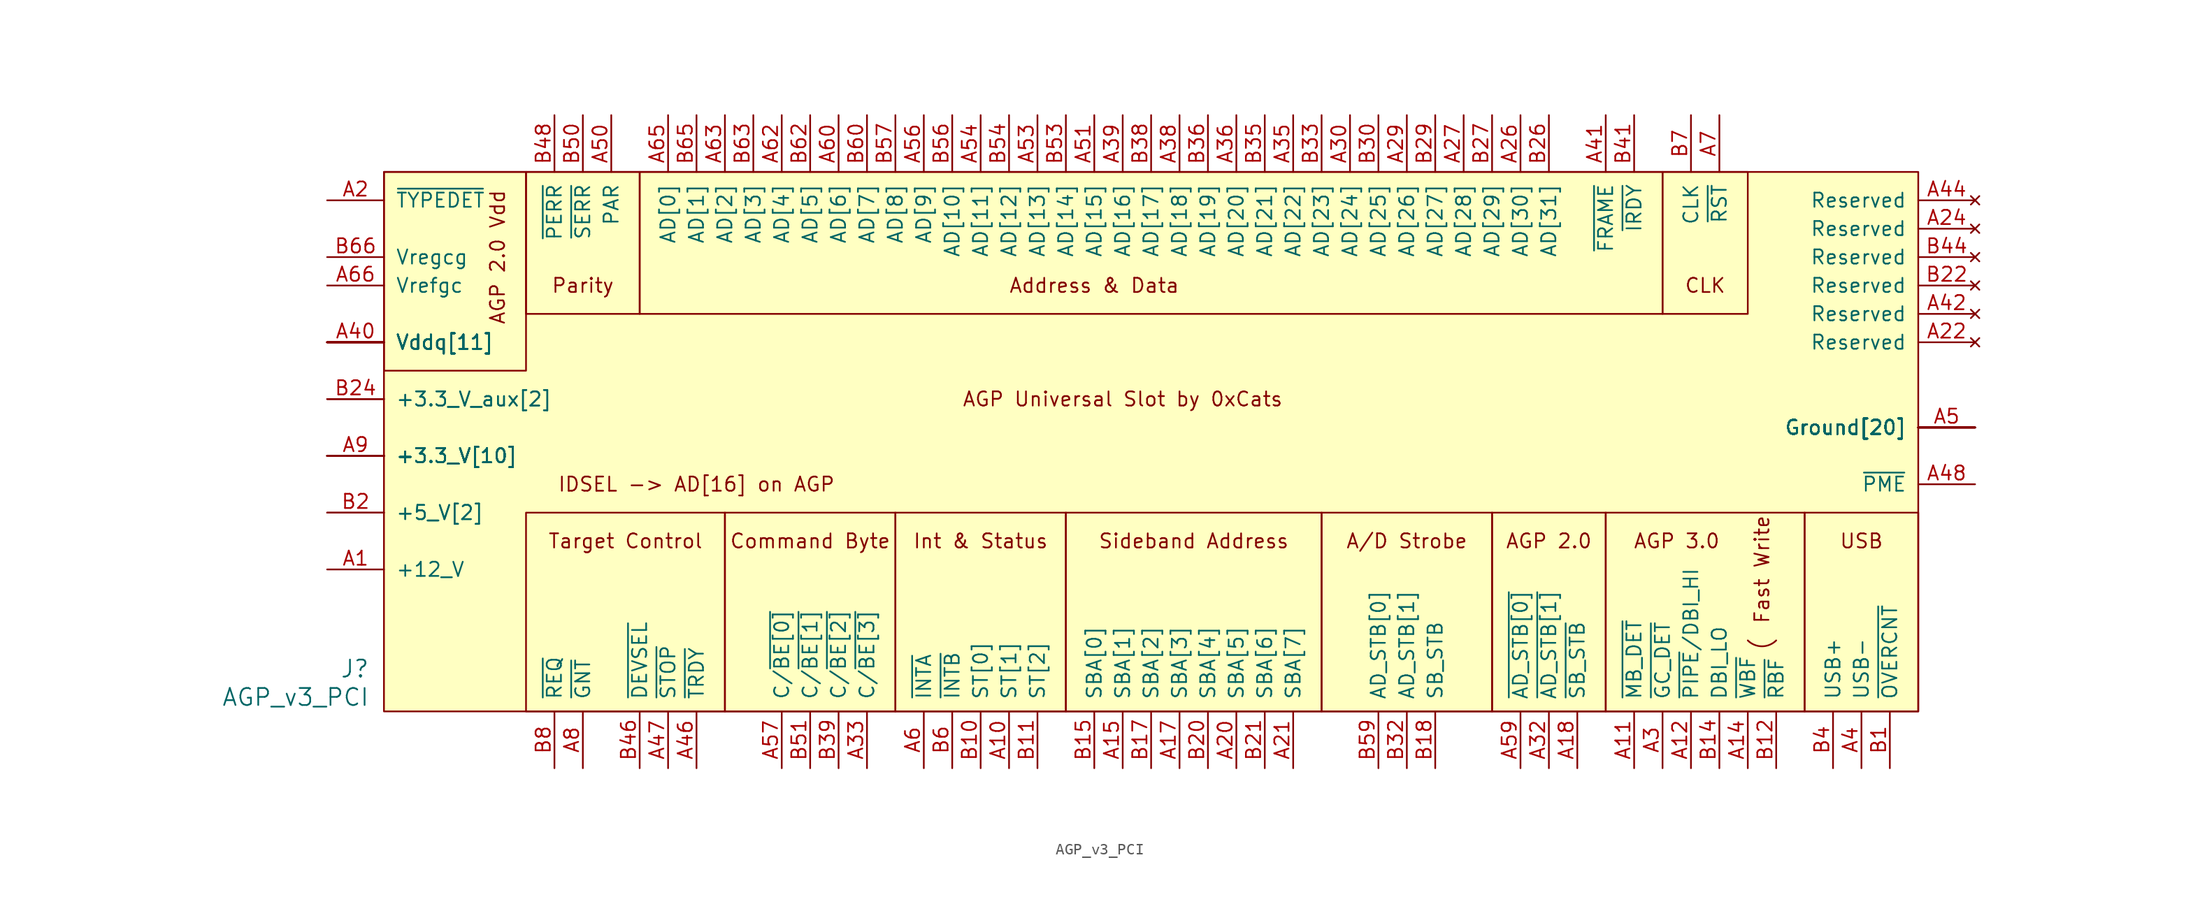
<source format=kicad_sym>
(kicad_symbol_lib
  (version 20211014)
  (generator kicad_symbol_editor)
  (symbol "AGP_v3_PCI"
    (pin_names
      (offset 1.016))
    (property "Reference" "J"
      (at -69.85 -26.67 0)
      (effects (font (size 1.524 1.524)) (justify right)))
    (property "Value" "AGP_v3_PCI"
      (at -69.85 -29.21 0)
      (effects (font (size 1.524 1.524)) (justify right)))
    (property "ki_locked" ""
      (at 0 0 0)
      (effects (font (size 1.27 1.27))))
    (symbol "AGP_v3_PCI_0_0"
      (rectangle (start -68.58 0) (end -55.88 17.78) (stroke (width 0.152) (type default) (color 0 0 0 0)) (fill (type none)))
      (rectangle (start -55.88 -30.48) (end -38.1 -12.7) (stroke (width 0.152) (type default) (color 0 0 0 0)) (fill (type none)))
      (rectangle (start -45.72 5.08) (end 45.72 17.78) (stroke (width 0.152) (type default) (color 0 0 0 0)) (fill (type none)))
      (rectangle (start -45.72 17.78) (end -55.88 5.08) (stroke (width 0.152) (type default) (color 0 0 0 0)) (fill (type none)))
      (rectangle (start -38.1 -30.48) (end -22.86 -12.7) (stroke (width 0.152) (type default) (color 0 0 0 0)) (fill (type none)))
      (rectangle (start -22.86 -12.7) (end -7.62 -30.48) (stroke (width 0.152) (type default) (color 0 0 0 0)) (fill (type none)))
      (rectangle (start -7.62 -12.7) (end 15.24 -30.48) (stroke (width 0.152) (type default) (color 0 0 0 0)) (fill (type none)))
      (rectangle (start 15.24 -12.7) (end 30.48 -30.48) (stroke (width 0.152) (type default) (color 0 0 0 0)) (fill (type none)))
      (rectangle (start 30.48 -30.48) (end 40.64 -12.7) (stroke (width 0.152) (type default) (color 0 0 0 0)) (fill (type none)))
      (rectangle (start 40.64 -30.48) (end 58.42 -12.7) (stroke (width 0.152) (type default) (color 0 0 0 0)) (fill (type none)))
      (rectangle (start 45.72 5.08) (end 53.34 17.78) (stroke (width 0.152) (type default) (color 0 0 0 0)) (fill (type none)))
      (arc (start 53.34 -24.1299) (mid 54.61 -27.1961) (end 55.88 -24.1299) (stroke (width 0.1524) (type default) (color 0 0 0 0)) (fill (type none)))
      (rectangle (start 58.42 -30.48) (end 68.58 -12.7) (stroke (width 0.152) (type default) (color 0 0 0 0)) (fill (type none)))
      (text "A/D Strobe" (at 22.86 -15.24 0) (effects (font (size 1.27 1.27))))
      (text "Address & Data" (at -5.08 7.62 0) (effects (font (size 1.27 1.27))))
      (text "AGP 2.0" (at 35.56 -15.24 0) (effects (font (size 1.27 1.27))))
      (text "AGP 2.0 Vdd" (at -58.42 10.16 900) (effects (font (size 1.27 1.27))))
      (text "AGP 3.0" (at 46.99 -15.24 0) (effects (font (size 1.27 1.27))))
      (text "AGP Universal Slot by 0xCats" (at -2.54 -2.54 0) (effects (font (size 1.27 1.27))))
      (text "CLK" (at 49.53 7.62 0) (effects (font (size 1.27 1.27))))
      (text "Command Byte" (at -30.48 -15.24 0) (effects (font (size 1.27 1.27))))
      (text "Fast Write" (at 54.61 -17.78 900) (effects (font (size 1.27 1.27))))
      (text "IDSEL -> AD[16] on AGP" (at -40.64 -10.16 0) (effects (font (size 1.27 1.27))))
      (text "Int & Status" (at -15.24 -15.24 0) (effects (font (size 1.27 1.27))))
      (text "Parity" (at -50.8 7.62 0) (effects (font (size 1.27 1.27))))
      (text "Sideband Address" (at 3.81 -15.24 0) (effects (font (size 1.27 1.27))))
      (text "Target Control" (at -46.99 -15.24 0) (effects (font (size 1.27 1.27))))
      (text "USB" (at 63.5 -15.24 0) (effects (font (size 1.27 1.27)))))
    (symbol "AGP_v3_PCI_1_1"
      (rectangle (start -68.58 17.78) (end 68.58 -30.48) (stroke (width 0) (type default) (color 0 0 0 0)) (fill (type background)))
      (pin power_in line (at -73.66 -17.78 0) (length 5.08) (name "+12_V" (effects (font (size 1.27 1.27)))) (number "A1" (effects (font (size 1.27 1.27)))))
      (pin input line (at -12.7 -35.56 90) (length 5.08) (name "ST[1]" (effects (font (size 1.27 1.27)))) (number "A10" (effects (font (size 1.27 1.27)))))
      (pin input line (at 43.18 -35.56 90) (length 5.08) (name "~{MB_DET}" (effects (font (size 1.27 1.27)))) (number "A11" (effects (font (size 1.27 1.27)))))
      (pin bidirectional line (at 48.26 -35.56 90) (length 5.08) (name "~{PIPE}/DBI_HI" (effects (font (size 1.27 1.27)))) (number "A12" (effects (font (size 1.27 1.27)))))
      (pin power_in line (at 73.66 -5.08 180) (length 5.08) (name "Ground[20]" (effects (font (size 1.27 1.27)))) (number "A13" (effects (font (size 0 0)))))
      (pin output line (at 53.34 -35.56 90) (length 5.08) (name "~{WBF}" (effects (font (size 1.27 1.27)))) (number "A14" (effects (font (size 1.27 1.27)))))
      (pin output line (at -2.54 -35.56 90) (length 5.08) (name "SBA[1]" (effects (font (size 1.27 1.27)))) (number "A15" (effects (font (size 1.27 1.27)))))
      (pin power_in line (at -73.66 -7.62 0) (length 5.08) (name "+3.3_V[10]" (effects (font (size 1.27 1.27)))) (number "A16" (effects (font (size 0 0)))))
      (pin output line (at 2.54 -35.56 90) (length 5.08) (name "SBA[3]" (effects (font (size 1.27 1.27)))) (number "A17" (effects (font (size 1.27 1.27)))))
      (pin output line (at 38.1 -35.56 90) (length 5.08) (name "~{SB_STB}" (effects (font (size 1.27 1.27)))) (number "A18" (effects (font (size 1.27 1.27)))))
      (pin power_in line (at 73.66 -5.08 180) (length 5.08) (name "Ground[20]" (effects (font (size 1.27 1.27)))) (number "A19" (effects (font (size 0 0)))))
      (pin input line (at -73.66 15.24 0) (length 5.08) (name "~{TYPEDET}" (effects (font (size 1.27 1.27)))) (number "A2" (effects (font (size 1.27 1.27)))))
      (pin output line (at 7.62 -35.56 90) (length 5.08) (name "SBA[5]" (effects (font (size 1.27 1.27)))) (number "A20" (effects (font (size 1.27 1.27)))))
      (pin output line (at 12.7 -35.56 90) (length 5.08) (name "SBA[7]" (effects (font (size 1.27 1.27)))) (number "A21" (effects (font (size 1.27 1.27)))))
      (pin no_connect line (at 73.66 2.54 180) (length 5.08) (name "Reserved" (effects (font (size 1.27 1.27)))) (number "A22" (effects (font (size 1.27 1.27)))))
      (pin power_in line (at 73.66 -5.08 180) (length 5.08) (name "Ground[20]" (effects (font (size 1.27 1.27)))) (number "A23" (effects (font (size 0 0)))))
      (pin no_connect line (at 73.66 12.7 180) (length 5.08) (name "Reserved" (effects (font (size 1.27 1.27)))) (number "A24" (effects (font (size 1.27 1.27)))))
      (pin power_in line (at -73.66 -7.62 0) (length 5.08) (name "+3.3_V[10]" (effects (font (size 1.27 1.27)))) (number "A25" (effects (font (size 0 0)))))
      (pin bidirectional line (at 33.02 22.86 270) (length 5.08) (name "AD[30]" (effects (font (size 1.27 1.27)))) (number "A26" (effects (font (size 1.27 1.27)))))
      (pin bidirectional line (at 27.94 22.86 270) (length 5.08) (name "AD[28]" (effects (font (size 1.27 1.27)))) (number "A27" (effects (font (size 1.27 1.27)))))
      (pin power_in line (at -73.66 -7.62 0) (length 5.08) (name "+3.3_V[10]" (effects (font (size 1.27 1.27)))) (number "A28" (effects (font (size 0 0)))))
      (pin bidirectional line (at 22.86 22.86 270) (length 5.08) (name "AD[26]" (effects (font (size 1.27 1.27)))) (number "A29" (effects (font (size 1.27 1.27)))))
      (pin input line (at 45.72 -35.56 90) (length 5.08) (name "~{GC_DET}" (effects (font (size 1.27 1.27)))) (number "A3" (effects (font (size 1.27 1.27)))))
      (pin bidirectional line (at 17.78 22.86 270) (length 5.08) (name "AD[24]" (effects (font (size 1.27 1.27)))) (number "A30" (effects (font (size 1.27 1.27)))))
      (pin power_in line (at 73.66 -5.08 180) (length 5.08) (name "Ground[20]" (effects (font (size 1.27 1.27)))) (number "A31" (effects (font (size 0 0)))))
      (pin bidirectional line (at 35.56 -35.56 90) (length 5.08) (name "~{AD_STB[1]}" (effects (font (size 1.27 1.27)))) (number "A32" (effects (font (size 1.27 1.27)))))
      (pin output line (at -25.4 -35.56 90) (length 5.08) (name "C/~{BE[3]}" (effects (font (size 1.27 1.27)))) (number "A33" (effects (font (size 1.27 1.27)))))
      (pin power_in line (at -73.66 2.54 0) (length 5.08) (name "Vddq[11]" (effects (font (size 1.27 1.27)))) (number "A34" (effects (font (size 0 0)))))
      (pin bidirectional line (at 12.7 22.86 270) (length 5.08) (name "AD[22]" (effects (font (size 1.27 1.27)))) (number "A35" (effects (font (size 1.27 1.27)))))
      (pin bidirectional line (at 7.62 22.86 270) (length 5.08) (name "AD[20]" (effects (font (size 1.27 1.27)))) (number "A36" (effects (font (size 1.27 1.27)))))
      (pin power_in line (at 73.66 -5.08 180) (length 5.08) (name "Ground[20]" (effects (font (size 1.27 1.27)))) (number "A37" (effects (font (size 0 0)))))
      (pin bidirectional line (at 2.54 22.86 270) (length 5.08) (name "AD[18]" (effects (font (size 1.27 1.27)))) (number "A38" (effects (font (size 1.27 1.27)))))
      (pin bidirectional line (at -2.54 22.86 270) (length 5.08) (name "AD[16]" (effects (font (size 1.27 1.27)))) (number "A39" (effects (font (size 1.27 1.27)))))
      (pin tri_state line (at 63.5 -35.56 90) (length 5.08) (name "USB−" (effects (font (size 1.27 1.27)))) (number "A4" (effects (font (size 1.27 1.27)))))
      (pin power_in line (at -73.66 2.54 0) (length 5.08) (name "Vddq[11]" (effects (font (size 1.27 1.27)))) (number "A40" (effects (font (size 1.27 1.27)))))
      (pin bidirectional line (at 40.64 22.86 270) (length 5.08) (name "~{FRAME}" (effects (font (size 1.27 1.27)))) (number "A41" (effects (font (size 1.27 1.27)))))
      (pin no_connect line (at 73.66 5.08 180) (length 5.08) (name "Reserved" (effects (font (size 1.27 1.27)))) (number "A42" (effects (font (size 1.27 1.27)))))
      (pin power_in line (at 73.66 -5.08 180) (length 5.08) (name "Ground[20]" (effects (font (size 1.27 1.27)))) (number "A43" (effects (font (size 0 0)))))
      (pin no_connect line (at 73.66 15.24 180) (length 5.08) (name "Reserved" (effects (font (size 1.27 1.27)))) (number "A44" (effects (font (size 1.27 1.27)))))
      (pin power_in line (at -73.66 -7.62 0) (length 5.08) (name "+3.3_V[10]" (effects (font (size 1.27 1.27)))) (number "A45" (effects (font (size 0 0)))))
      (pin bidirectional line (at -40.64 -35.56 90) (length 5.08) (name "~{TRDY}" (effects (font (size 1.27 1.27)))) (number "A46" (effects (font (size 1.27 1.27)))))
      (pin bidirectional line (at -43.18 -35.56 90) (length 5.08) (name "~{STOP}" (effects (font (size 1.27 1.27)))) (number "A47" (effects (font (size 1.27 1.27)))))
      (pin open_collector line (at 73.66 -10.16 180) (length 5.08) (name "~{PME}" (effects (font (size 1.27 1.27)))) (number "A48" (effects (font (size 1.27 1.27)))))
      (pin power_in line (at 73.66 -5.08 180) (length 5.08) (name "Ground[20]" (effects (font (size 1.27 1.27)))) (number "A49" (effects (font (size 0 0)))))
      (pin power_in line (at 73.66 -5.08 180) (length 5.08) (name "Ground[20]" (effects (font (size 1.27 1.27)))) (number "A5" (effects (font (size 1.27 1.27)))))
      (pin bidirectional line (at -48.26 22.86 270) (length 5.08) (name "PAR" (effects (font (size 1.27 1.27)))) (number "A50" (effects (font (size 1.27 1.27)))))
      (pin bidirectional line (at -5.08 22.86 270) (length 5.08) (name "AD[15]" (effects (font (size 1.27 1.27)))) (number "A51" (effects (font (size 1.27 1.27)))))
      (pin power_in line (at -73.66 2.54 0) (length 5.08) (name "Vddq[11]" (effects (font (size 1.27 1.27)))) (number "A52" (effects (font (size 0 0)))))
      (pin bidirectional line (at -10.16 22.86 270) (length 5.08) (name "AD[13]" (effects (font (size 1.27 1.27)))) (number "A53" (effects (font (size 1.27 1.27)))))
      (pin bidirectional line (at -15.24 22.86 270) (length 5.08) (name "AD[11]" (effects (font (size 1.27 1.27)))) (number "A54" (effects (font (size 1.27 1.27)))))
      (pin power_in line (at 73.66 -5.08 180) (length 5.08) (name "Ground[20]" (effects (font (size 1.27 1.27)))) (number "A55" (effects (font (size 0 0)))))
      (pin bidirectional line (at -20.32 22.86 270) (length 5.08) (name "AD[9]" (effects (font (size 1.27 1.27)))) (number "A56" (effects (font (size 1.27 1.27)))))
      (pin output line (at -33.02 -35.56 90) (length 5.08) (name "C/~{BE[0]}" (effects (font (size 1.27 1.27)))) (number "A57" (effects (font (size 1.27 1.27)))))
      (pin power_in line (at -73.66 2.54 0) (length 5.08) (name "Vddq[11]" (effects (font (size 1.27 1.27)))) (number "A58" (effects (font (size 0 0)))))
      (pin bidirectional line (at 33.02 -35.56 90) (length 5.08) (name "~{AD_STB[0]}" (effects (font (size 1.27 1.27)))) (number "A59" (effects (font (size 1.27 1.27)))))
      (pin open_collector line (at -20.32 -35.56 90) (length 5.08) (name "~{INTA}" (effects (font (size 1.27 1.27)))) (number "A6" (effects (font (size 1.27 1.27)))))
      (pin bidirectional line (at -27.94 22.86 270) (length 5.08) (name "AD[6]" (effects (font (size 1.27 1.27)))) (number "A60" (effects (font (size 1.27 1.27)))))
      (pin power_in line (at 73.66 -5.08 180) (length 5.08) (name "Ground[20]" (effects (font (size 1.27 1.27)))) (number "A61" (effects (font (size 0 0)))))
      (pin bidirectional line (at -33.02 22.86 270) (length 5.08) (name "AD[4]" (effects (font (size 1.27 1.27)))) (number "A62" (effects (font (size 1.27 1.27)))))
      (pin bidirectional line (at -38.1 22.86 270) (length 5.08) (name "AD[2]" (effects (font (size 1.27 1.27)))) (number "A63" (effects (font (size 1.27 1.27)))))
      (pin power_in line (at -73.66 2.54 0) (length 5.08) (name "Vddq[11]" (effects (font (size 1.27 1.27)))) (number "A64" (effects (font (size 0 0)))))
      (pin bidirectional line (at -43.18 22.86 270) (length 5.08) (name "AD[0]" (effects (font (size 1.27 1.27)))) (number "A65" (effects (font (size 1.27 1.27)))))
      (pin power_in line (at -73.66 7.62 0) (length 5.08) (name "Vrefgc" (effects (font (size 1.27 1.27)))) (number "A66" (effects (font (size 1.27 1.27)))))
      (pin input line (at 50.8 22.86 270) (length 5.08) (name "~{RST}" (effects (font (size 1.27 1.27)))) (number "A7" (effects (font (size 1.27 1.27)))))
      (pin bidirectional line (at -50.8 -35.56 90) (length 5.08) (name "~{GNT}" (effects (font (size 1.27 1.27)))) (number "A8" (effects (font (size 1.27 1.27)))))
      (pin power_in line (at -73.66 -7.62 0) (length 5.08) (name "+3.3_V[10]" (effects (font (size 1.27 1.27)))) (number "A9" (effects (font (size 1.27 1.27)))))
      (pin input line (at 66.04 -35.56 90) (length 5.08) (name "~{OVERCNT}" (effects (font (size 1.27 1.27)))) (number "B1" (effects (font (size 1.27 1.27)))))
      (pin input line (at -15.24 -35.56 90) (length 5.08) (name "ST[0]" (effects (font (size 1.27 1.27)))) (number "B10" (effects (font (size 1.27 1.27)))))
      (pin input line (at -10.16 -35.56 90) (length 5.08) (name "ST[2]" (effects (font (size 1.27 1.27)))) (number "B11" (effects (font (size 1.27 1.27)))))
      (pin output line (at 55.88 -35.56 90) (length 5.08) (name "~{RBF}" (effects (font (size 1.27 1.27)))) (number "B12" (effects (font (size 1.27 1.27)))))
      (pin power_in line (at 73.66 -5.08 180) (length 5.08) (name "Ground[20]" (effects (font (size 1.27 1.27)))) (number "B13" (effects (font (size 0 0)))))
      (pin bidirectional line (at 50.8 -35.56 90) (length 5.08) (name "DBI_LO" (effects (font (size 1.27 1.27)))) (number "B14" (effects (font (size 1.27 1.27)))))
      (pin output line (at -5.08 -35.56 90) (length 5.08) (name "SBA[0]" (effects (font (size 1.27 1.27)))) (number "B15" (effects (font (size 1.27 1.27)))))
      (pin power_in line (at -73.66 -7.62 0) (length 5.08) (name "+3.3_V[10]" (effects (font (size 1.27 1.27)))) (number "B16" (effects (font (size 0 0)))))
      (pin output line (at 0 -35.56 90) (length 5.08) (name "SBA[2]" (effects (font (size 1.27 1.27)))) (number "B17" (effects (font (size 1.27 1.27)))))
      (pin output line (at 25.4 -35.56 90) (length 5.08) (name "SB_STB" (effects (font (size 1.27 1.27)))) (number "B18" (effects (font (size 1.27 1.27)))))
      (pin power_in line (at 73.66 -5.08 180) (length 5.08) (name "Ground[20]" (effects (font (size 1.27 1.27)))) (number "B19" (effects (font (size 0 0)))))
      (pin power_in line (at -73.66 -12.7 0) (length 5.08) (name "+5_V[2]" (effects (font (size 1.27 1.27)))) (number "B2" (effects (font (size 1.27 1.27)))))
      (pin output line (at 5.08 -35.56 90) (length 5.08) (name "SBA[4]" (effects (font (size 1.27 1.27)))) (number "B20" (effects (font (size 1.27 1.27)))))
      (pin output line (at 10.16 -35.56 90) (length 5.08) (name "SBA[6]" (effects (font (size 1.27 1.27)))) (number "B21" (effects (font (size 1.27 1.27)))))
      (pin no_connect line (at 73.66 7.62 180) (length 5.08) (name "Reserved" (effects (font (size 1.27 1.27)))) (number "B22" (effects (font (size 1.27 1.27)))))
      (pin power_in line (at 73.66 -5.08 180) (length 5.08) (name "Ground[20]" (effects (font (size 1.27 1.27)))) (number "B23" (effects (font (size 0 0)))))
      (pin power_in line (at -73.66 -2.54 0) (length 5.08) (name "+3.3_V_aux[2]" (effects (font (size 1.27 1.27)))) (number "B24" (effects (font (size 1.27 1.27)))))
      (pin power_in line (at -73.66 -7.62 0) (length 5.08) (name "+3.3_V[10]" (effects (font (size 1.27 1.27)))) (number "B25" (effects (font (size 0 0)))))
      (pin bidirectional line (at 35.56 22.86 270) (length 5.08) (name "AD[31]" (effects (font (size 1.27 1.27)))) (number "B26" (effects (font (size 1.27 1.27)))))
      (pin bidirectional line (at 30.48 22.86 270) (length 5.08) (name "AD[29]" (effects (font (size 1.27 1.27)))) (number "B27" (effects (font (size 1.27 1.27)))))
      (pin power_in line (at -73.66 -7.62 0) (length 5.08) (name "+3.3_V[10]" (effects (font (size 1.27 1.27)))) (number "B28" (effects (font (size 0 0)))))
      (pin bidirectional line (at 25.4 22.86 270) (length 5.08) (name "AD[27]" (effects (font (size 1.27 1.27)))) (number "B29" (effects (font (size 1.27 1.27)))))
      (pin power_in line (at -73.66 -12.7 0) (length 5.08) (name "+5_V[2]" (effects (font (size 1.27 1.27)))) (number "B3" (effects (font (size 0 0)))))
      (pin bidirectional line (at 20.32 22.86 270) (length 5.08) (name "AD[25]" (effects (font (size 1.27 1.27)))) (number "B30" (effects (font (size 1.27 1.27)))))
      (pin power_in line (at 73.66 -5.08 180) (length 5.08) (name "Ground[20]" (effects (font (size 1.27 1.27)))) (number "B31" (effects (font (size 0 0)))))
      (pin bidirectional line (at 22.86 -35.56 90) (length 5.08) (name "AD_STB[1]" (effects (font (size 1.27 1.27)))) (number "B32" (effects (font (size 1.27 1.27)))))
      (pin bidirectional line (at 15.24 22.86 270) (length 5.08) (name "AD[23]" (effects (font (size 1.27 1.27)))) (number "B33" (effects (font (size 1.27 1.27)))))
      (pin power_in line (at -73.66 2.54 0) (length 5.08) (name "Vddq[11]" (effects (font (size 1.27 1.27)))) (number "B34" (effects (font (size 0 0)))))
      (pin bidirectional line (at 10.16 22.86 270) (length 5.08) (name "AD[21]" (effects (font (size 1.27 1.27)))) (number "B35" (effects (font (size 1.27 1.27)))))
      (pin bidirectional line (at 5.08 22.86 270) (length 5.08) (name "AD[19]" (effects (font (size 1.27 1.27)))) (number "B36" (effects (font (size 1.27 1.27)))))
      (pin power_in line (at 73.66 -5.08 180) (length 5.08) (name "Ground[20]" (effects (font (size 1.27 1.27)))) (number "B37" (effects (font (size 0 0)))))
      (pin bidirectional line (at 0 22.86 270) (length 5.08) (name "AD[17]" (effects (font (size 1.27 1.27)))) (number "B38" (effects (font (size 1.27 1.27)))))
      (pin output line (at -27.94 -35.56 90) (length 5.08) (name "C/~{BE[2]}" (effects (font (size 1.27 1.27)))) (number "B39" (effects (font (size 1.27 1.27)))))
      (pin tri_state line (at 60.96 -35.56 90) (length 5.08) (name "USB+" (effects (font (size 1.27 1.27)))) (number "B4" (effects (font (size 1.27 1.27)))))
      (pin power_in line (at -73.66 2.54 0) (length 5.08) (name "Vddq[11]" (effects (font (size 1.27 1.27)))) (number "B40" (effects (font (size 0 0)))))
      (pin bidirectional line (at 43.18 22.86 270) (length 5.08) (name "~{IRDY}" (effects (font (size 1.27 1.27)))) (number "B41" (effects (font (size 1.27 1.27)))))
      (pin power_in line (at -73.66 -2.54 0) (length 5.08) (name "+3.3_V_aux[2]" (effects (font (size 1.27 1.27)))) (number "B42" (effects (font (size 0 0)))))
      (pin power_in line (at 73.66 -5.08 180) (length 5.08) (name "Ground[20]" (effects (font (size 1.27 1.27)))) (number "B43" (effects (font (size 0 0)))))
      (pin no_connect line (at 73.66 10.16 180) (length 5.08) (name "Reserved" (effects (font (size 1.27 1.27)))) (number "B44" (effects (font (size 1.27 1.27)))))
      (pin power_in line (at -73.66 -7.62 0) (length 5.08) (name "+3.3_V[10]" (effects (font (size 1.27 1.27)))) (number "B45" (effects (font (size 0 0)))))
      (pin bidirectional line (at -45.72 -35.56 90) (length 5.08) (name "~{DEVSEL}" (effects (font (size 1.27 1.27)))) (number "B46" (effects (font (size 1.27 1.27)))))
      (pin power_in line (at -73.66 2.54 0) (length 5.08) (name "Vddq[11]" (effects (font (size 1.27 1.27)))) (number "B47" (effects (font (size 0 0)))))
      (pin bidirectional line (at -53.34 22.86 270) (length 5.08) (name "~{PERR}" (effects (font (size 1.27 1.27)))) (number "B48" (effects (font (size 1.27 1.27)))))
      (pin power_in line (at 73.66 -5.08 180) (length 5.08) (name "Ground[20]" (effects (font (size 1.27 1.27)))) (number "B49" (effects (font (size 0 0)))))
      (pin power_in line (at 73.66 -5.08 180) (length 5.08) (name "Ground[20]" (effects (font (size 1.27 1.27)))) (number "B5" (effects (font (size 0 0)))))
      (pin input line (at -50.8 22.86 270) (length 5.08) (name "~{SERR}" (effects (font (size 1.27 1.27)))) (number "B50" (effects (font (size 1.27 1.27)))))
      (pin output line (at -30.48 -35.56 90) (length 5.08) (name "C/~{BE[1]}" (effects (font (size 1.27 1.27)))) (number "B51" (effects (font (size 1.27 1.27)))))
      (pin power_in line (at -73.66 2.54 0) (length 5.08) (name "Vddq[11]" (effects (font (size 1.27 1.27)))) (number "B52" (effects (font (size 0 0)))))
      (pin bidirectional line (at -7.62 22.86 270) (length 5.08) (name "AD[14]" (effects (font (size 1.27 1.27)))) (number "B53" (effects (font (size 1.27 1.27)))))
      (pin bidirectional line (at -12.7 22.86 270) (length 5.08) (name "AD[12]" (effects (font (size 1.27 1.27)))) (number "B54" (effects (font (size 1.27 1.27)))))
      (pin power_in line (at 73.66 -5.08 180) (length 5.08) (name "Ground[20]" (effects (font (size 1.27 1.27)))) (number "B55" (effects (font (size 0 0)))))
      (pin bidirectional line (at -17.78 22.86 270) (length 5.08) (name "AD[10]" (effects (font (size 1.27 1.27)))) (number "B56" (effects (font (size 1.27 1.27)))))
      (pin bidirectional line (at -22.86 22.86 270) (length 5.08) (name "AD[8]" (effects (font (size 1.27 1.27)))) (number "B57" (effects (font (size 1.27 1.27)))))
      (pin power_in line (at -73.66 2.54 0) (length 5.08) (name "Vddq[11]" (effects (font (size 1.27 1.27)))) (number "B58" (effects (font (size 0 0)))))
      (pin bidirectional line (at 20.32 -35.56 90) (length 5.08) (name "AD_STB[0]" (effects (font (size 1.27 1.27)))) (number "B59" (effects (font (size 1.27 1.27)))))
      (pin open_collector line (at -17.78 -35.56 90) (length 5.08) (name "~{INTB}" (effects (font (size 1.27 1.27)))) (number "B6" (effects (font (size 1.27 1.27)))))
      (pin bidirectional line (at -25.4 22.86 270) (length 5.08) (name "AD[7]" (effects (font (size 1.27 1.27)))) (number "B60" (effects (font (size 1.27 1.27)))))
      (pin power_in line (at 73.66 -5.08 180) (length 5.08) (name "Ground[20]" (effects (font (size 1.27 1.27)))) (number "B61" (effects (font (size 0 0)))))
      (pin bidirectional line (at -30.48 22.86 270) (length 5.08) (name "AD[5]" (effects (font (size 1.27 1.27)))) (number "B62" (effects (font (size 1.27 1.27)))))
      (pin bidirectional line (at -35.56 22.86 270) (length 5.08) (name "AD[3]" (effects (font (size 1.27 1.27)))) (number "B63" (effects (font (size 1.27 1.27)))))
      (pin power_in line (at -73.66 2.54 0) (length 5.08) (name "Vddq[11]" (effects (font (size 1.27 1.27)))) (number "B64" (effects (font (size 0 0)))))
      (pin bidirectional line (at -40.64 22.86 270) (length 5.08) (name "AD[1]" (effects (font (size 1.27 1.27)))) (number "B65" (effects (font (size 1.27 1.27)))))
      (pin power_in line (at -73.66 10.16 0) (length 5.08) (name "Vregcg" (effects (font (size 1.27 1.27)))) (number "B66" (effects (font (size 1.27 1.27)))))
      (pin input line (at 48.26 22.86 270) (length 5.08) (name "CLK" (effects (font (size 1.27 1.27)))) (number "B7" (effects (font (size 1.27 1.27)))))
      (pin output line (at -53.34 -35.56 90) (length 5.08) (name "~{REQ}" (effects (font (size 1.27 1.27)))) (number "B8" (effects (font (size 1.27 1.27)))))
      (pin power_in line (at -73.66 -7.62 0) (length 5.08) (name "+3.3_V[10]" (effects (font (size 1.27 1.27)))) (number "B9" (effects (font (size 0 0))))))))
</source>
